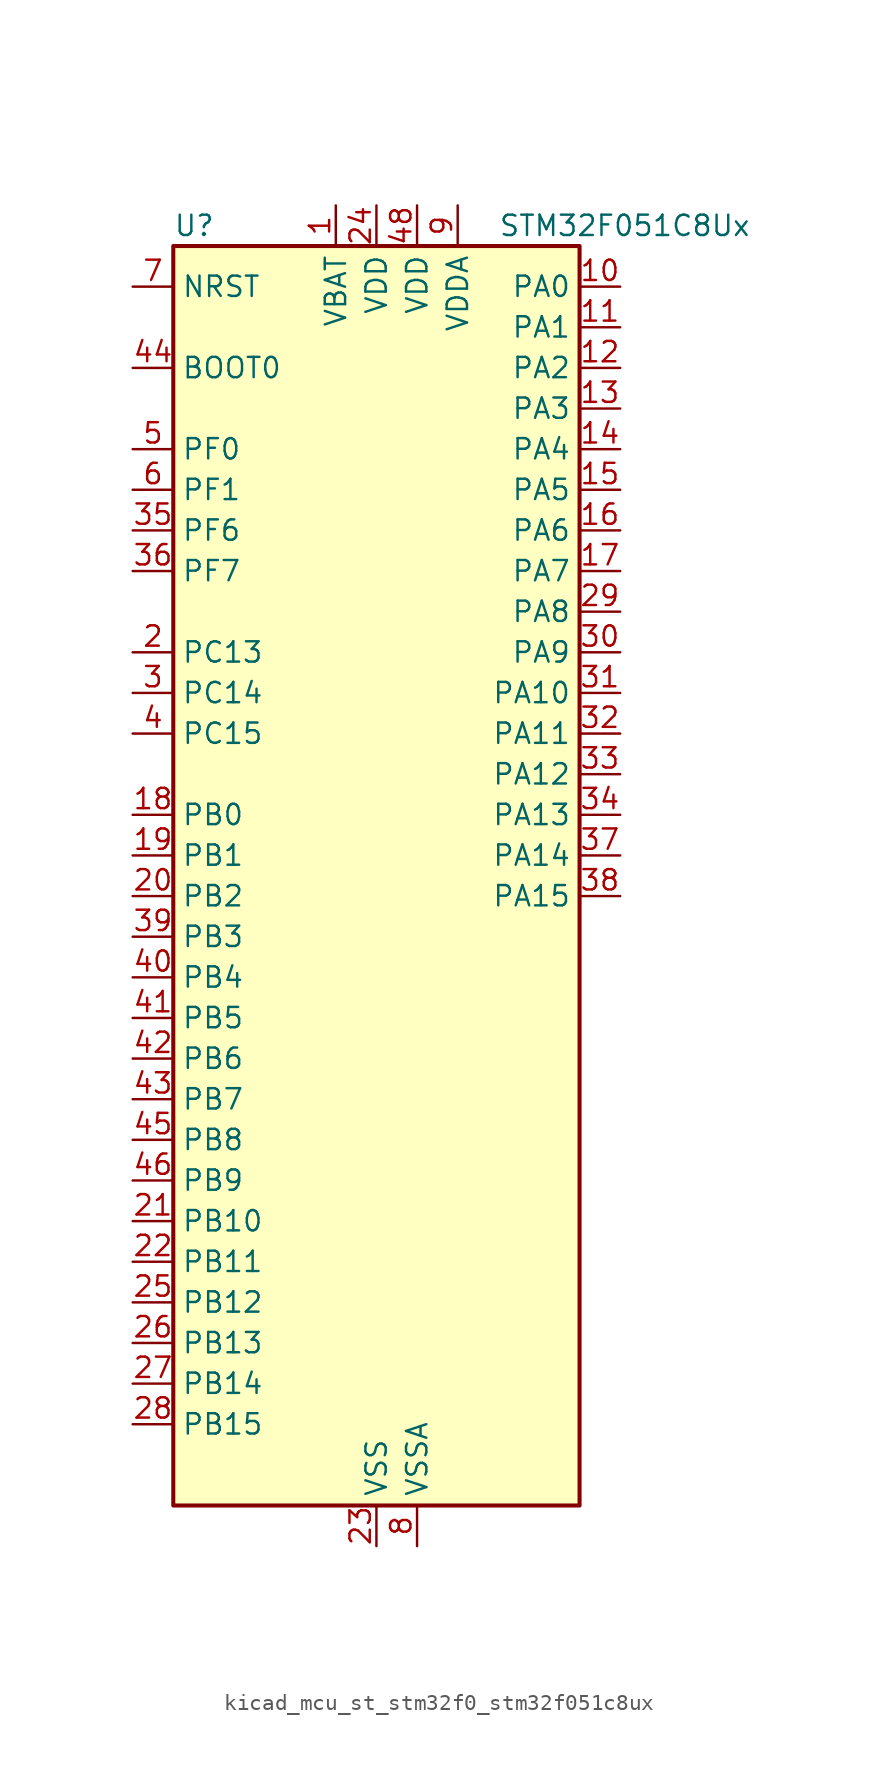
<source format=kicad_sym>
(kicad_symbol_lib
  (version 20220914)
  (generator kicad_symbol_editor)
  (symbol "kicad_mcu_st_stm32f0_stm32f051c8ux"
    (property "Reference" "U"
      (at -12.7 41.91 0)
      (effects (font (size 1.27 1.27)) (justify left)))
    (property "Value" "STM32F051C8Ux"
      (at 7.62 41.91 0)
      (effects (font (size 1.27 1.27)) (justify left)))
    (property "ki_locked" ""
      (at 0 0 0)
      (effects (font (size 1.27 1.27))))
    (symbol "kicad_mcu_st_stm32f0_stm32f051c8ux_0_1"
      (rectangle (start -12.7 -38.1) (end 12.7 40.64) (stroke (width 0.254) (type default)) (fill (type background))))
    (symbol "kicad_mcu_st_stm32f0_stm32f051c8ux_1_1"
      (pin power_in line (at -2.54 43.18 270) (length 2.54) (name "VBAT" (effects (font (size 1.27 1.27)))) (number "1" (effects (font (size 1.27 1.27)))))
      (pin bidirectional line (at 15.24 38.1 180) (length 2.54) (name "PA0" (effects (font (size 1.27 1.27)))) (number "10" (effects (font (size 1.27 1.27)))) (alternate "ADC_IN0" bidirectional line) (alternate "COMP1_INM" bidirectional line) (alternate "COMP1_OUT" bidirectional line) (alternate "RTC_TAMP2" bidirectional line) (alternate "SYS_WKUP1" bidirectional line) (alternate "TIM2_CH1" bidirectional line) (alternate "TIM2_ETR" bidirectional line) (alternate "TSC_G1_IO1" bidirectional line) (alternate "USART2_CTS" bidirectional line))
      (pin bidirectional line (at 15.24 35.56 180) (length 2.54) (name "PA1" (effects (font (size 1.27 1.27)))) (number "11" (effects (font (size 1.27 1.27)))) (alternate "ADC_IN1" bidirectional line) (alternate "COMP1_INP" bidirectional line) (alternate "TIM2_CH2" bidirectional line) (alternate "TSC_G1_IO2" bidirectional line) (alternate "USART2_DE" bidirectional line) (alternate "USART2_RTS" bidirectional line))
      (pin bidirectional line (at 15.24 33.02 180) (length 2.54) (name "PA2" (effects (font (size 1.27 1.27)))) (number "12" (effects (font (size 1.27 1.27)))) (alternate "ADC_IN2" bidirectional line) (alternate "COMP2_INM" bidirectional line) (alternate "COMP2_OUT" bidirectional line) (alternate "TIM15_CH1" bidirectional line) (alternate "TIM2_CH3" bidirectional line) (alternate "TSC_G1_IO3" bidirectional line) (alternate "USART2_TX" bidirectional line))
      (pin bidirectional line (at 15.24 30.48 180) (length 2.54) (name "PA3" (effects (font (size 1.27 1.27)))) (number "13" (effects (font (size 1.27 1.27)))) (alternate "ADC_IN3" bidirectional line) (alternate "COMP2_INP" bidirectional line) (alternate "TIM15_CH2" bidirectional line) (alternate "TIM2_CH4" bidirectional line) (alternate "TSC_G1_IO4" bidirectional line) (alternate "USART2_RX" bidirectional line))
      (pin bidirectional line (at 15.24 27.94 180) (length 2.54) (name "PA4" (effects (font (size 1.27 1.27)))) (number "14" (effects (font (size 1.27 1.27)))) (alternate "ADC_IN4" bidirectional line) (alternate "COMP1_INM" bidirectional line) (alternate "COMP2_INM" bidirectional line) (alternate "DAC1_OUT1" bidirectional line) (alternate "I2S1_WS" bidirectional line) (alternate "SPI1_NSS" bidirectional line) (alternate "TIM14_CH1" bidirectional line) (alternate "TSC_G2_IO1" bidirectional line) (alternate "USART2_CK" bidirectional line))
      (pin bidirectional line (at 15.24 25.4 180) (length 2.54) (name "PA5" (effects (font (size 1.27 1.27)))) (number "15" (effects (font (size 1.27 1.27)))) (alternate "ADC_IN5" bidirectional line) (alternate "CEC" bidirectional line) (alternate "COMP1_INM" bidirectional line) (alternate "COMP2_INM" bidirectional line) (alternate "I2S1_CK" bidirectional line) (alternate "SPI1_SCK" bidirectional line) (alternate "TIM2_CH1" bidirectional line) (alternate "TIM2_ETR" bidirectional line) (alternate "TSC_G2_IO2" bidirectional line))
      (pin bidirectional line (at 15.24 22.86 180) (length 2.54) (name "PA6" (effects (font (size 1.27 1.27)))) (number "16" (effects (font (size 1.27 1.27)))) (alternate "ADC_IN6" bidirectional line) (alternate "COMP1_OUT" bidirectional line) (alternate "I2S1_MCK" bidirectional line) (alternate "SPI1_MISO" bidirectional line) (alternate "TIM16_CH1" bidirectional line) (alternate "TIM1_BKIN" bidirectional line) (alternate "TIM3_CH1" bidirectional line) (alternate "TSC_G2_IO3" bidirectional line))
      (pin bidirectional line (at 15.24 20.32 180) (length 2.54) (name "PA7" (effects (font (size 1.27 1.27)))) (number "17" (effects (font (size 1.27 1.27)))) (alternate "ADC_IN7" bidirectional line) (alternate "COMP2_OUT" bidirectional line) (alternate "I2S1_SD" bidirectional line) (alternate "SPI1_MOSI" bidirectional line) (alternate "TIM14_CH1" bidirectional line) (alternate "TIM17_CH1" bidirectional line) (alternate "TIM1_CH1N" bidirectional line) (alternate "TIM3_CH2" bidirectional line) (alternate "TSC_G2_IO4" bidirectional line))
      (pin bidirectional line (at -15.24 5.08 0) (length 2.54) (name "PB0" (effects (font (size 1.27 1.27)))) (number "18" (effects (font (size 1.27 1.27)))) (alternate "ADC_IN8" bidirectional line) (alternate "TIM1_CH2N" bidirectional line) (alternate "TIM3_CH3" bidirectional line) (alternate "TSC_G3_IO2" bidirectional line))
      (pin bidirectional line (at -15.24 2.54 0) (length 2.54) (name "PB1" (effects (font (size 1.27 1.27)))) (number "19" (effects (font (size 1.27 1.27)))) (alternate "ADC_IN9" bidirectional line) (alternate "TIM14_CH1" bidirectional line) (alternate "TIM1_CH3N" bidirectional line) (alternate "TIM3_CH4" bidirectional line) (alternate "TSC_G3_IO3" bidirectional line))
      (pin bidirectional line (at -15.24 15.24 0) (length 2.54) (name "PC13" (effects (font (size 1.27 1.27)))) (number "2" (effects (font (size 1.27 1.27)))) (alternate "RTC_OUT_ALARM" bidirectional line) (alternate "RTC_OUT_CALIB" bidirectional line) (alternate "RTC_TAMP1" bidirectional line) (alternate "RTC_TS" bidirectional line) (alternate "SYS_WKUP2" bidirectional line))
      (pin bidirectional line (at -15.24 0 0) (length 2.54) (name "PB2" (effects (font (size 1.27 1.27)))) (number "20" (effects (font (size 1.27 1.27)))) (alternate "TSC_G3_IO4" bidirectional line))
      (pin bidirectional line (at -15.24 -20.32 0) (length 2.54) (name "PB10" (effects (font (size 1.27 1.27)))) (number "21" (effects (font (size 1.27 1.27)))) (alternate "CEC" bidirectional line) (alternate "I2C2_SCL" bidirectional line) (alternate "TIM2_CH3" bidirectional line) (alternate "TSC_SYNC" bidirectional line))
      (pin bidirectional line (at -15.24 -22.86 0) (length 2.54) (name "PB11" (effects (font (size 1.27 1.27)))) (number "22" (effects (font (size 1.27 1.27)))) (alternate "I2C2_SDA" bidirectional line) (alternate "TIM2_CH4" bidirectional line) (alternate "TSC_G6_IO1" bidirectional line))
      (pin power_in line (at 0 -40.64 90) (length 2.54) (name "VSS" (effects (font (size 1.27 1.27)))) (number "23" (effects (font (size 1.27 1.27)))))
      (pin power_in line (at 0 43.18 270) (length 2.54) (name "VDD" (effects (font (size 1.27 1.27)))) (number "24" (effects (font (size 1.27 1.27)))))
      (pin bidirectional line (at -15.24 -25.4 0) (length 2.54) (name "PB12" (effects (font (size 1.27 1.27)))) (number "25" (effects (font (size 1.27 1.27)))) (alternate "SPI2_NSS" bidirectional line) (alternate "TIM1_BKIN" bidirectional line) (alternate "TSC_G6_IO2" bidirectional line))
      (pin bidirectional line (at -15.24 -27.94 0) (length 2.54) (name "PB13" (effects (font (size 1.27 1.27)))) (number "26" (effects (font (size 1.27 1.27)))) (alternate "SPI2_SCK" bidirectional line) (alternate "TIM1_CH1N" bidirectional line) (alternate "TSC_G6_IO3" bidirectional line))
      (pin bidirectional line (at -15.24 -30.48 0) (length 2.54) (name "PB14" (effects (font (size 1.27 1.27)))) (number "27" (effects (font (size 1.27 1.27)))) (alternate "SPI2_MISO" bidirectional line) (alternate "TIM15_CH1" bidirectional line) (alternate "TIM1_CH2N" bidirectional line) (alternate "TSC_G6_IO4" bidirectional line))
      (pin bidirectional line (at -15.24 -33.02 0) (length 2.54) (name "PB15" (effects (font (size 1.27 1.27)))) (number "28" (effects (font (size 1.27 1.27)))) (alternate "RTC_REFIN" bidirectional line) (alternate "SPI2_MOSI" bidirectional line) (alternate "TIM15_CH1N" bidirectional line) (alternate "TIM15_CH2" bidirectional line) (alternate "TIM1_CH3N" bidirectional line))
      (pin bidirectional line (at 15.24 17.78 180) (length 2.54) (name "PA8" (effects (font (size 1.27 1.27)))) (number "29" (effects (font (size 1.27 1.27)))) (alternate "RCC_MCO" bidirectional line) (alternate "TIM1_CH1" bidirectional line) (alternate "USART1_CK" bidirectional line))
      (pin bidirectional line (at -15.24 12.7 0) (length 2.54) (name "PC14" (effects (font (size 1.27 1.27)))) (number "3" (effects (font (size 1.27 1.27)))) (alternate "RCC_OSC32_IN" bidirectional line))
      (pin bidirectional line (at 15.24 15.24 180) (length 2.54) (name "PA9" (effects (font (size 1.27 1.27)))) (number "30" (effects (font (size 1.27 1.27)))) (alternate "DAC1_EXTI9" bidirectional line) (alternate "TIM15_BKIN" bidirectional line) (alternate "TIM1_CH2" bidirectional line) (alternate "TSC_G4_IO1" bidirectional line) (alternate "USART1_TX" bidirectional line))
      (pin bidirectional line (at 15.24 12.7 180) (length 2.54) (name "PA10" (effects (font (size 1.27 1.27)))) (number "31" (effects (font (size 1.27 1.27)))) (alternate "TIM17_BKIN" bidirectional line) (alternate "TIM1_CH3" bidirectional line) (alternate "TSC_G4_IO2" bidirectional line) (alternate "USART1_RX" bidirectional line))
      (pin bidirectional line (at 15.24 10.16 180) (length 2.54) (name "PA11" (effects (font (size 1.27 1.27)))) (number "32" (effects (font (size 1.27 1.27)))) (alternate "COMP1_OUT" bidirectional line) (alternate "TIM1_CH4" bidirectional line) (alternate "TSC_G4_IO3" bidirectional line) (alternate "USART1_CTS" bidirectional line))
      (pin bidirectional line (at 15.24 7.62 180) (length 2.54) (name "PA12" (effects (font (size 1.27 1.27)))) (number "33" (effects (font (size 1.27 1.27)))) (alternate "COMP2_OUT" bidirectional line) (alternate "TIM1_ETR" bidirectional line) (alternate "TSC_G4_IO4" bidirectional line) (alternate "USART1_DE" bidirectional line) (alternate "USART1_RTS" bidirectional line))
      (pin bidirectional line (at 15.24 5.08 180) (length 2.54) (name "PA13" (effects (font (size 1.27 1.27)))) (number "34" (effects (font (size 1.27 1.27)))) (alternate "IR_OUT" bidirectional line) (alternate "SYS_SWDIO" bidirectional line))
      (pin bidirectional line (at -15.24 22.86 0) (length 2.54) (name "PF6" (effects (font (size 1.27 1.27)))) (number "35" (effects (font (size 1.27 1.27)))) (alternate "I2C2_SCL" bidirectional line))
      (pin bidirectional line (at -15.24 20.32 0) (length 2.54) (name "PF7" (effects (font (size 1.27 1.27)))) (number "36" (effects (font (size 1.27 1.27)))) (alternate "I2C2_SDA" bidirectional line))
      (pin bidirectional line (at 15.24 2.54 180) (length 2.54) (name "PA14" (effects (font (size 1.27 1.27)))) (number "37" (effects (font (size 1.27 1.27)))) (alternate "SYS_SWCLK" bidirectional line) (alternate "USART2_TX" bidirectional line))
      (pin bidirectional line (at 15.24 0 180) (length 2.54) (name "PA15" (effects (font (size 1.27 1.27)))) (number "38" (effects (font (size 1.27 1.27)))) (alternate "I2S1_WS" bidirectional line) (alternate "SPI1_NSS" bidirectional line) (alternate "TIM2_CH1" bidirectional line) (alternate "TIM2_ETR" bidirectional line) (alternate "USART2_RX" bidirectional line))
      (pin bidirectional line (at -15.24 -2.54 0) (length 2.54) (name "PB3" (effects (font (size 1.27 1.27)))) (number "39" (effects (font (size 1.27 1.27)))) (alternate "I2S1_CK" bidirectional line) (alternate "SPI1_SCK" bidirectional line) (alternate "TIM2_CH2" bidirectional line) (alternate "TSC_G5_IO1" bidirectional line))
      (pin bidirectional line (at -15.24 10.16 0) (length 2.54) (name "PC15" (effects (font (size 1.27 1.27)))) (number "4" (effects (font (size 1.27 1.27)))) (alternate "RCC_OSC32_OUT" bidirectional line))
      (pin bidirectional line (at -15.24 -5.08 0) (length 2.54) (name "PB4" (effects (font (size 1.27 1.27)))) (number "40" (effects (font (size 1.27 1.27)))) (alternate "I2S1_MCK" bidirectional line) (alternate "SPI1_MISO" bidirectional line) (alternate "TIM3_CH1" bidirectional line) (alternate "TSC_G5_IO2" bidirectional line))
      (pin bidirectional line (at -15.24 -7.62 0) (length 2.54) (name "PB5" (effects (font (size 1.27 1.27)))) (number "41" (effects (font (size 1.27 1.27)))) (alternate "I2C1_SMBA" bidirectional line) (alternate "I2S1_SD" bidirectional line) (alternate "SPI1_MOSI" bidirectional line) (alternate "TIM16_BKIN" bidirectional line) (alternate "TIM3_CH2" bidirectional line))
      (pin bidirectional line (at -15.24 -10.16 0) (length 2.54) (name "PB6" (effects (font (size 1.27 1.27)))) (number "42" (effects (font (size 1.27 1.27)))) (alternate "I2C1_SCL" bidirectional line) (alternate "TIM16_CH1N" bidirectional line) (alternate "TSC_G5_IO3" bidirectional line) (alternate "USART1_TX" bidirectional line))
      (pin bidirectional line (at -15.24 -12.7 0) (length 2.54) (name "PB7" (effects (font (size 1.27 1.27)))) (number "43" (effects (font (size 1.27 1.27)))) (alternate "I2C1_SDA" bidirectional line) (alternate "TIM17_CH1N" bidirectional line) (alternate "TSC_G5_IO4" bidirectional line) (alternate "USART1_RX" bidirectional line))
      (pin input line (at -15.24 33.02 0) (length 2.54) (name "BOOT0" (effects (font (size 1.27 1.27)))) (number "44" (effects (font (size 1.27 1.27)))))
      (pin bidirectional line (at -15.24 -15.24 0) (length 2.54) (name "PB8" (effects (font (size 1.27 1.27)))) (number "45" (effects (font (size 1.27 1.27)))) (alternate "CEC" bidirectional line) (alternate "I2C1_SCL" bidirectional line) (alternate "TIM16_CH1" bidirectional line) (alternate "TSC_SYNC" bidirectional line))
      (pin bidirectional line (at -15.24 -17.78 0) (length 2.54) (name "PB9" (effects (font (size 1.27 1.27)))) (number "46" (effects (font (size 1.27 1.27)))) (alternate "DAC1_EXTI9" bidirectional line) (alternate "I2C1_SDA" bidirectional line) (alternate "IR_OUT" bidirectional line) (alternate "TIM17_CH1" bidirectional line))
      (pin passive line (at 0 -40.64 90) (length 2.54) hide (name "VSS" (effects (font (size 1.27 1.27)))) (number "47" (effects (font (size 1.27 1.27)))))
      (pin power_in line (at 2.54 43.18 270) (length 2.54) (name "VDD" (effects (font (size 1.27 1.27)))) (number "48" (effects (font (size 1.27 1.27)))))
      (pin passive line (at 0 -40.64 90) (length 2.54) hide (name "VSS" (effects (font (size 1.27 1.27)))) (number "49" (effects (font (size 1.27 1.27)))))
      (pin bidirectional line (at -15.24 27.94 0) (length 2.54) (name "PF0" (effects (font (size 1.27 1.27)))) (number "5" (effects (font (size 1.27 1.27)))) (alternate "RCC_OSC_IN" bidirectional line))
      (pin bidirectional line (at -15.24 25.4 0) (length 2.54) (name "PF1" (effects (font (size 1.27 1.27)))) (number "6" (effects (font (size 1.27 1.27)))) (alternate "RCC_OSC_OUT" bidirectional line))
      (pin input line (at -15.24 38.1 0) (length 2.54) (name "NRST" (effects (font (size 1.27 1.27)))) (number "7" (effects (font (size 1.27 1.27)))))
      (pin power_in line (at 2.54 -40.64 90) (length 2.54) (name "VSSA" (effects (font (size 1.27 1.27)))) (number "8" (effects (font (size 1.27 1.27)))))
      (pin power_in line (at 5.08 43.18 270) (length 2.54) (name "VDDA" (effects (font (size 1.27 1.27)))) (number "9" (effects (font (size 1.27 1.27))))))))
</source>
